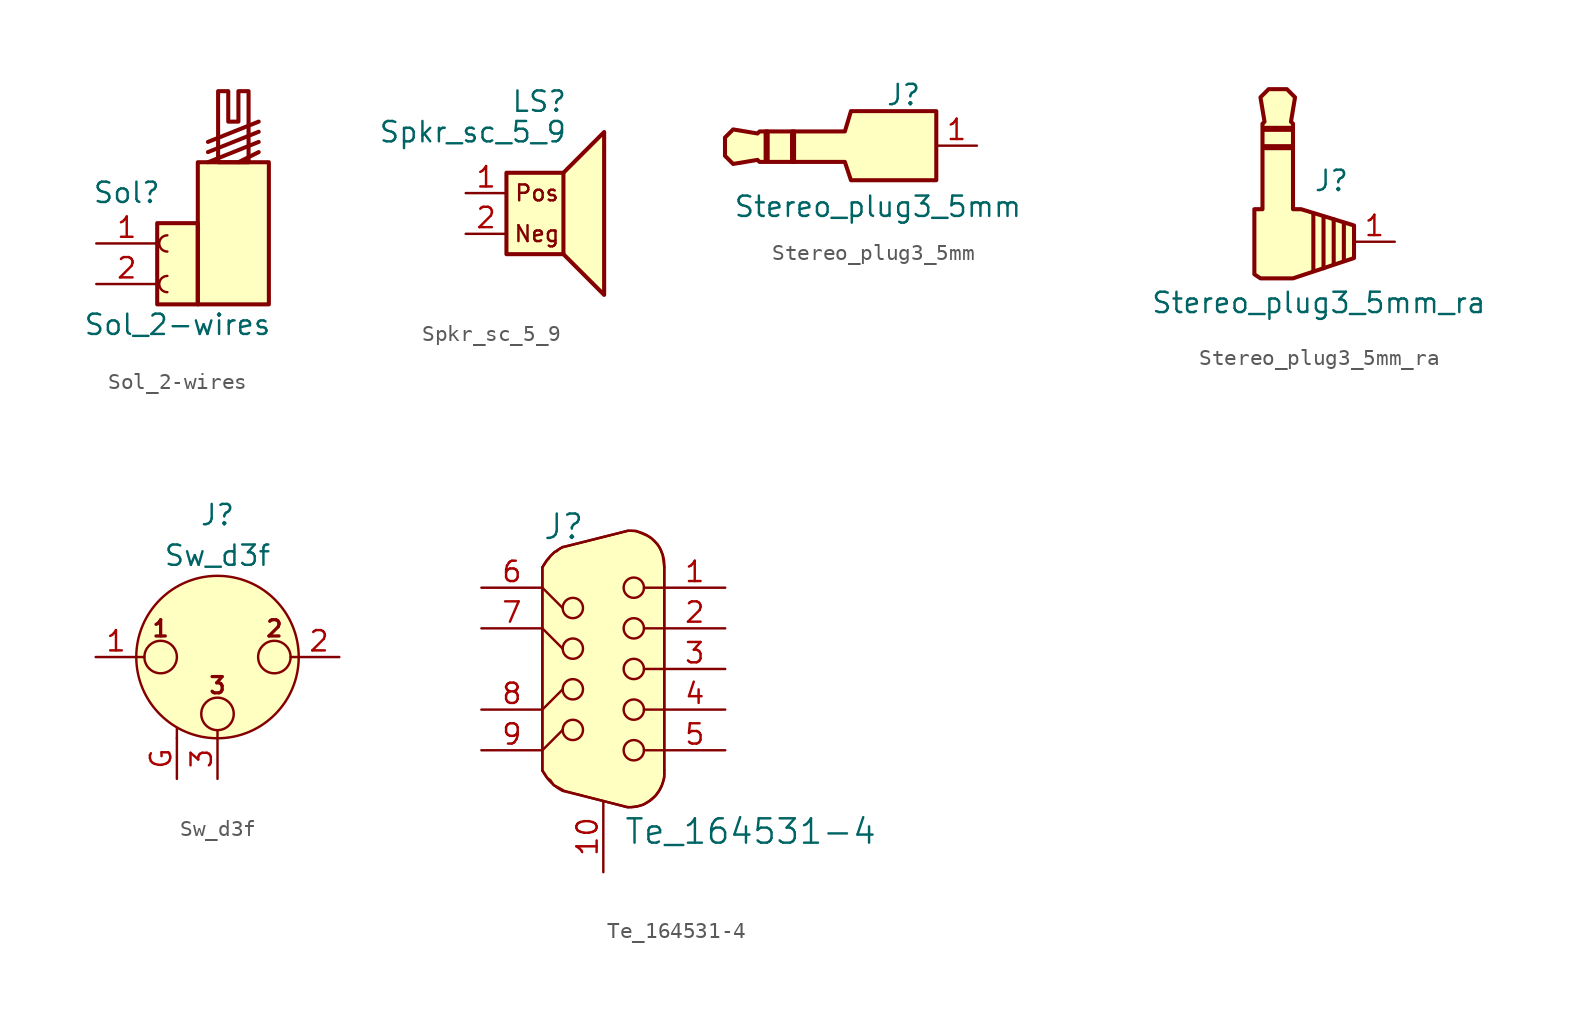
<source format=kicad_sym>
(kicad_symbol_lib
  (version 20211014)
  (generator kicad_symbol_editor)
  (symbol "Sol_2-wires"
    (pin_names
      (offset 1.016) hide)
    (property "Reference" "Sol"
      (at -3.175 5.715 0)
      (effects (font (size 1.27 1.27))))
    (property "Value" "Sol_2-wires"
      (at 0 -2.54 0)
      (effects (font (size 1.27 1.27))))
    (symbol "Sol_2-wires_0_0"
      (polyline (pts (xy 1.905 7.62) (xy 5.08 8.89)) (stroke (width 0.254) (type default) (color 0 0 0 0)) (fill (type none)))
      (polyline (pts (xy 1.905 8.255) (xy 5.08 9.525)) (stroke (width 0.254) (type default) (color 0 0 0 0)) (fill (type none)))
      (polyline (pts (xy 1.905 8.89) (xy 5.08 10.16)) (stroke (width 0.254) (type default) (color 0 0 0 0)) (fill (type none)))
      (polyline (pts (xy 3.81 7.62) (xy 5.08 8.255)) (stroke (width 0.254) (type default) (color 0 0 0 0)) (fill (type none)))
      (polyline (pts (xy 2.54 7.62) (xy 2.54 12.065) (xy 3.175 12.065) (xy 3.175 10.16) (xy 3.81 10.16) (xy 3.81 12.065) (xy 4.445 12.065) (xy 4.445 7.62) (xy 2.54 7.62)) (stroke (width 0.254) (type default) (color 0 0 0 0)) (fill (type none)))
      (rectangle (start 1.27 -1.27) (end 5.715 7.62) (stroke (width 0.254) (type default) (color 0 0 0 0)) (fill (type background))))
    (symbol "Sol_2-wires_1_1"
      (rectangle (start -1.27 3.81) (end 1.27 -1.27) (stroke (width 0.254) (type default) (color 0 0 0 0)) (fill (type background)))
      (arc (start -0.635 0.508) (mid -1.143 0) (end -0.635 -0.508) (stroke (width 0) (type default) (color 0 0 0 0)) (fill (type none)))
      (arc (start -0.635 3.048) (mid -1.143 2.54) (end -0.635 2.032) (stroke (width 0) (type default) (color 0 0 0 0)) (fill (type none)))
      (pin passive line (at -5.08 2.54 0) (length 3.81) (name "Pin_1" (effects (font (size 1.27 1.27)))) (number "1" (effects (font (size 1.27 1.27)))))
      (pin passive line (at -5.08 0 0) (length 3.81) (name "Pin_2" (effects (font (size 1.27 1.27)))) (number "2" (effects (font (size 1.27 1.27)))))))
  (symbol "Spkr_sc_5_9"
    (pin_names hide)
    (property "Reference" "LS"
      (at 1.27 5.715 0)
      (effects (font (size 1.27 1.27)) (justify right)))
    (property "Value" "Spkr_sc_5_9"
      (at 1.27 3.81 0)
      (effects (font (size 1.27 1.27)) (justify right)))
    (symbol "Spkr_sc_5_9_0_0"
      (rectangle (start -2.54 1.27) (end 1.016 -3.81) (stroke (width 0.254) (type default) (color 0 0 0 0)) (fill (type background)))
      (polyline (pts (xy 1.016 1.27) (xy 3.556 3.81) (xy 3.556 -6.35) (xy 1.016 -3.81)) (stroke (width 0.254) (type default) (color 0 0 0 0)) (fill (type background)))
      (text "Pos" (at -0.635 0 0) (effects (font (size 0.991 0.991)))))
    (symbol "Spkr_sc_5_9_1_1"
      (text "Neg" (at -0.635 -2.54 0) (effects (font (size 0.991 0.991))))
      (pin input line (at -5.08 0 0) (length 2.54) (name "POS" (effects (font (size 1.27 1.27)))) (number "1" (effects (font (size 1.27 1.27)))))
      (pin input line (at -5.08 -2.54 0) (length 2.54) (name "NEG" (effects (font (size 1.27 1.27)))) (number "2" (effects (font (size 1.27 1.27)))))))
  (symbol "Stereo_plug3_5mm"
    (pin_names
      (offset 1.016) hide)
    (property "Reference" "J"
      (at -3.175 3.175 0)
      (effects (font (size 1.27 1.27)) (justify left)))
    (property "Value" "Stereo_plug3_5mm"
      (at -12.7 -3.81 0)
      (effects (font (size 1.27 1.27)) (justify left)))
    (symbol "Stereo_plug3_5mm_0_1"
      (rectangle (start -10.668 0.889) (end -10.541 -0.889) (stroke (width 0.254) (type default) (color 0 0 0 0)) (fill (type none)))
      (rectangle (start -9.017 0.889) (end -8.89 -1.016) (stroke (width 0.254) (type default) (color 0 0 0 0)) (fill (type none)))
      (polyline (pts (xy 0 2.159) (xy -5.334 2.159) (xy -5.715 0.889) (xy -9.271 0.889) (xy -11.049 0.889) (xy -11.176 0.762) (xy -12.7 1.016) (xy -13.208 0.508) (xy -13.208 -0.635) (xy -12.7 -1.143) (xy -11.176 -0.889) (xy -11.049 -1.016) (xy -5.715 -1.016) (xy -5.334 -2.159) (xy 0 -2.159) (xy 0 2.159)) (stroke (width 0.254) (type default) (color 0 0 0 0)) (fill (type background))))
    (symbol "Stereo_plug3_5mm_1_1"
      (pin passive line (at 2.54 0 180) (length 2.54) (name "Pin_1" (effects (font (size 1.27 1.27)))) (number "1" (effects (font (size 1.27 1.27)))))))
  (symbol "Stereo_plug3_5mm_ra"
    (pin_names
      (offset 1.016) hide)
    (property "Reference" "J"
      (at -2.54 3.81 0)
      (effects (font (size 1.27 1.27)) (justify left)))
    (property "Value" "Stereo_plug3_5mm_ra"
      (at -12.7 -3.81 0)
      (effects (font (size 1.27 1.27)) (justify left)))
    (symbol "Stereo_plug3_5mm_ra_0_1"
      (rectangle (start -5.588 5.842) (end -3.937 5.969) (stroke (width 0.254) (type default) (color 0 0 0 0)) (fill (type none)))
      (rectangle (start -5.588 6.985) (end -3.937 7.112) (stroke (width 0.254) (type default) (color 0 0 0 0)) (fill (type none)))
      (polyline (pts (xy -2.54 1.778) (xy -2.54 -1.778)) (stroke (width 0.254) (type default) (color 0 0 0 0)) (fill (type none)))
      (polyline (pts (xy -1.27 1.397) (xy -1.27 -1.397)) (stroke (width 0.254) (type default) (color 0 0 0 0)) (fill (type none)))
      (polyline (pts (xy -0.635 1.143) (xy -0.635 -1.143)) (stroke (width 0.254) (type default) (color 0 0 0 0)) (fill (type none)))
      (polyline (pts (xy -1.905 1.524) (xy -1.905 -1.651) (xy -1.905 -1.524) (xy -1.905 -1.651)) (stroke (width 0.254) (type default) (color 0 0 0 0)) (fill (type none)))
      (polyline (pts (xy 0 -1.016) (xy 0 1.016) (xy -3.302 2.032) (xy -3.81 2.032) (xy -3.81 5.588) (xy -3.81 7.366) (xy -3.937 7.493) (xy -3.683 9.017) (xy -4.191 9.525) (xy -5.334 9.525) (xy -5.842 9.017) (xy -5.588 7.493) (xy -5.715 7.366) (xy -5.715 2.032) (xy -6.223 2.032) (xy -6.223 -2.032) (xy -5.842 -2.286) (xy -3.81 -2.286) (xy 0 -1.016)) (stroke (width 0.254) (type default) (color 0 0 0 0)) (fill (type background))))
    (symbol "Stereo_plug3_5mm_ra_1_1"
      (pin passive line (at 2.54 0 180) (length 2.54) (name "Pin_1" (effects (font (size 1.27 1.27)))) (number "1" (effects (font (size 1.27 1.27)))))))
  (symbol "Sw_d3f"
    (pin_names hide)
    (property "Reference" "J"
      (at 0 8.89 0)
      (effects (font (size 1.27 1.27))))
    (property "Value" "Sw_d3f"
      (at 0 6.35 0)
      (effects (font (size 1.27 1.27))))
    (symbol "Sw_d3f_1_1"
      (circle (center -3.556 0) (radius 1.016) (stroke (width 0) (type default) (color 0 0 0 0)) (fill (type none)))
      (circle (center 0 -3.556) (radius 1.016) (stroke (width 0) (type default) (color 0 0 0 0)) (fill (type none)))
      (polyline (pts (xy -5.08 0) (xy -4.572 0)) (stroke (width 0) (type default) (color 0 0 0 0)) (fill (type none)))
      (polyline (pts (xy -2.54 -5.08) (xy -2.54 -4.445)) (stroke (width 0) (type default) (color 0 0 0 0)) (fill (type none)))
      (polyline (pts (xy 0 -5.08) (xy 0 -4.572)) (stroke (width 0) (type default) (color 0 0 0 0)) (fill (type none)))
      (polyline (pts (xy 5.08 0) (xy 4.572 0)) (stroke (width 0) (type default) (color 0 0 0 0)) (fill (type none)))
      (circle (center 0 0) (radius 5.08) (stroke (width 0) (type default) (color 0 0 0 0)) (fill (type background)))
      (circle (center 3.556 0) (radius 1.016) (stroke (width 0) (type default) (color 0 0 0 0)) (fill (type none)))
      (text "1" (at -3.556 1.778 0) (effects (font (size 1.016 1.016) bold)))
      (text "2" (at 3.556 1.778 0) (effects (font (size 1.016 1.016) bold)))
      (text "3" (at 0 -1.778 0) (effects (font (size 1.016 1.016) bold)))
      (pin passive line (at -7.62 0 0) (length 2.54) (name "PIN_1" (effects (font (size 1.27 1.27)))) (number "1" (effects (font (size 1.27 1.27)))))
      (pin passive line (at 7.62 0 180) (length 2.54) (name "PIN_2" (effects (font (size 1.27 1.27)))) (number "2" (effects (font (size 1.27 1.27)))))
      (pin passive line (at 0 -7.62 90) (length 2.54) (name "PIN_3" (effects (font (size 1.27 1.27)))) (number "3" (effects (font (size 1.27 1.27)))))
      (pin passive line (at -2.54 -7.62 90) (length 2.54) (name "GND" (effects (font (size 1.27 1.27)))) (number "G" (effects (font (size 1.27 1.27)))))))
  (symbol "Te_164531-4"
    (pin_names
      (offset 1.016) hide)
    (property "Reference" "J"
      (at -3.81 8.89 0)
      (effects (font (size 1.524 1.524)) (justify left)))
    (property "Value" "Te_164531-4"
      (at 1.27 -10.16 0)
      (effects (font (size 1.524 1.524)) (justify left)))
    (symbol "Te_164531-4_0_1"
      (circle (center -1.905 -3.81) (radius 0.635) (stroke (width 0) (type default) (color 0 0 0 0)) (fill (type none)))
      (circle (center -1.905 -1.27) (radius 0.635) (stroke (width 0) (type default) (color 0 0 0 0)) (fill (type none)))
      (circle (center -1.905 1.27) (radius 0.635) (stroke (width 0) (type default) (color 0 0 0 0)) (fill (type none)))
      (circle (center -1.905 3.81) (radius 0.635) (stroke (width 0) (type default) (color 0 0 0 0)) (fill (type none)))
      (polyline (pts (xy -3.81 -5.08) (xy -2.54 -3.81)) (stroke (width 0) (type default) (color 0 0 0 0)) (fill (type none)))
      (polyline (pts (xy -3.81 -2.54) (xy -2.54 -1.27)) (stroke (width 0) (type default) (color 0 0 0 0)) (fill (type none)))
      (polyline (pts (xy -3.81 2.54) (xy -2.54 1.27)) (stroke (width 0) (type default) (color 0 0 0 0)) (fill (type none)))
      (polyline (pts (xy -3.81 5.08) (xy -2.54 3.81)) (stroke (width 0) (type default) (color 0 0 0 0)) (fill (type none)))
      (polyline (pts (xy 3.81 -5.08) (xy 2.54 -5.08)) (stroke (width 0) (type default) (color 0 0 0 0)) (fill (type none)))
      (polyline (pts (xy 3.81 -2.54) (xy 2.54 -2.54)) (stroke (width 0) (type default) (color 0 0 0 0)) (fill (type none)))
      (polyline (pts (xy 3.81 0) (xy 2.54 0)) (stroke (width 0) (type default) (color 0 0 0 0)) (fill (type none)))
      (polyline (pts (xy 3.81 2.54) (xy 2.54 2.54)) (stroke (width 0) (type default) (color 0 0 0 0)) (fill (type none)))
      (polyline (pts (xy 3.81 5.08) (xy 2.54 5.08)) (stroke (width 0) (type default) (color 0 0 0 0)) (fill (type none)))
      (circle (center 1.905 -5.08) (radius 0.635) (stroke (width 0) (type default) (color 0 0 0 0)) (fill (type none)))
      (circle (center 1.905 -2.54) (radius 0.635) (stroke (width 0) (type default) (color 0 0 0 0)) (fill (type none)))
      (circle (center 1.905 0) (radius 0.635) (stroke (width 0) (type default) (color 0 0 0 0)) (fill (type none)))
      (circle (center 1.905 2.54) (radius 0.635) (stroke (width 0) (type default) (color 0 0 0 0)) (fill (type none)))
      (circle (center 1.905 5.08) (radius 0.635) (stroke (width 0) (type default) (color 0 0 0 0)) (fill (type none))))
    (symbol "Te_164531-4_1_1"
      (arc (start -3.81 -6.35) (mid -3.278 -7.088) (end -2.54 -7.62) (stroke (width 0) (type default) (color 0 0 0 0)) (fill (type none)))
      (arc (start -2.54 7.62) (mid -3.278 7.088) (end -3.81 6.35) (stroke (width 0) (type default) (color 0 0 0 0)) (fill (type none)))
      (polyline (pts (xy -3.81 6.35) (xy -3.81 -6.35)) (stroke (width 0) (type default) (color 0 0 0 0)) (fill (type background)))
      (polyline (pts (xy -2.54 7.62) (xy 1.524 8.636)) (stroke (width 0) (type default) (color 0 0 0 0)) (fill (type background)))
      (polyline (pts (xy 1.524 -8.636) (xy -2.54 -7.62)) (stroke (width 0) (type default) (color 0 0 0 0)) (fill (type background)))
      (polyline (pts (xy 3.81 6.35) (xy 3.81 -6.35)) (stroke (width 0) (type default) (color 0 0 0 0)) (fill (type background)))
      (polyline (pts (xy -2.54 7.62) (xy -2.794 7.468) (xy -2.896 7.366) (xy -3.048 7.315) (xy -3.2 7.163) (xy -3.302 7.061) (xy -3.404 6.909) (xy -3.505 6.807) (xy -3.607 6.655) (xy -3.708 6.502) (xy -3.81 6.35) (xy -3.81 -6.35) (xy -3.658 -6.553) (xy -3.505 -6.807) (xy -3.302 -6.96) (xy -3.099 -7.264) (xy -2.794 -7.417) (xy -2.438 -7.62) (xy 1.473 -8.636) (xy 1.727 -8.636) (xy 2.134 -8.585) (xy 2.489 -8.484) (xy 2.896 -8.23) (xy 3.251 -7.925) (xy 3.505 -7.569) (xy 3.658 -7.264) (xy 3.81 -6.807) (xy 3.81 -6.35) (xy 3.81 6.35) (xy 3.759 6.756) (xy 3.708 7.112) (xy 3.556 7.518) (xy 3.404 7.772) (xy 3.2 7.976) (xy 2.997 8.179) (xy 2.743 8.331) (xy 2.388 8.484) (xy 2.032 8.636) (xy 1.778 8.636) (xy 1.524 8.636) (xy -2.489 7.62)) (stroke (width 0) (type default) (color 0 0 0 0)) (fill (type background)))
      (arc (start 1.524 -8.636) (mid 3.1855 -8.0115) (end 3.81 -6.35) (stroke (width 0) (type default) (color 0 0 0 0)) (fill (type none)))
      (arc (start 3.81 6.35) (mid 3.1855 8.0115) (end 1.524 8.636) (stroke (width 0) (type default) (color 0 0 0 0)) (fill (type none)))
      (pin passive line (at 7.62 5.08 180) (length 3.81) (name "Pin_1" (effects (font (size 1.27 1.27)))) (number "1" (effects (font (size 1.27 1.27)))))
      (pin passive line (at 0 -12.7 90) (length 4.445) (name "Pin_10" (effects (font (size 1.27 1.27)))) (number "10" (effects (font (size 1.27 1.27)))))
      (pin passive line (at 7.62 2.54 180) (length 3.81) (name "Pin_2" (effects (font (size 1.27 1.27)))) (number "2" (effects (font (size 1.27 1.27)))))
      (pin passive line (at 7.62 0 180) (length 3.81) (name "Pin_3" (effects (font (size 1.27 1.27)))) (number "3" (effects (font (size 1.27 1.27)))))
      (pin passive line (at 7.62 -2.54 180) (length 3.81) (name "Pin_4" (effects (font (size 1.27 1.27)))) (number "4" (effects (font (size 1.27 1.27)))))
      (pin passive line (at 7.62 -5.08 180) (length 3.81) (name "Pin_5" (effects (font (size 1.27 1.27)))) (number "5" (effects (font (size 1.27 1.27)))))
      (pin passive line (at -7.62 5.08 0) (length 3.81) (name "Pin_6" (effects (font (size 1.27 1.27)))) (number "6" (effects (font (size 1.27 1.27)))))
      (pin passive line (at -7.62 2.54 0) (length 3.81) (name "Pin_7" (effects (font (size 1.27 1.27)))) (number "7" (effects (font (size 1.27 1.27)))))
      (pin passive line (at -7.62 -2.54 0) (length 3.81) (name "Pin_8" (effects (font (size 1.27 1.27)))) (number "8" (effects (font (size 1.27 1.27)))))
      (pin passive line (at -7.62 -5.08 0) (length 3.81) (name "Pin_9" (effects (font (size 1.27 1.27)))) (number "9" (effects (font (size 1.27 1.27))))))))
</source>
